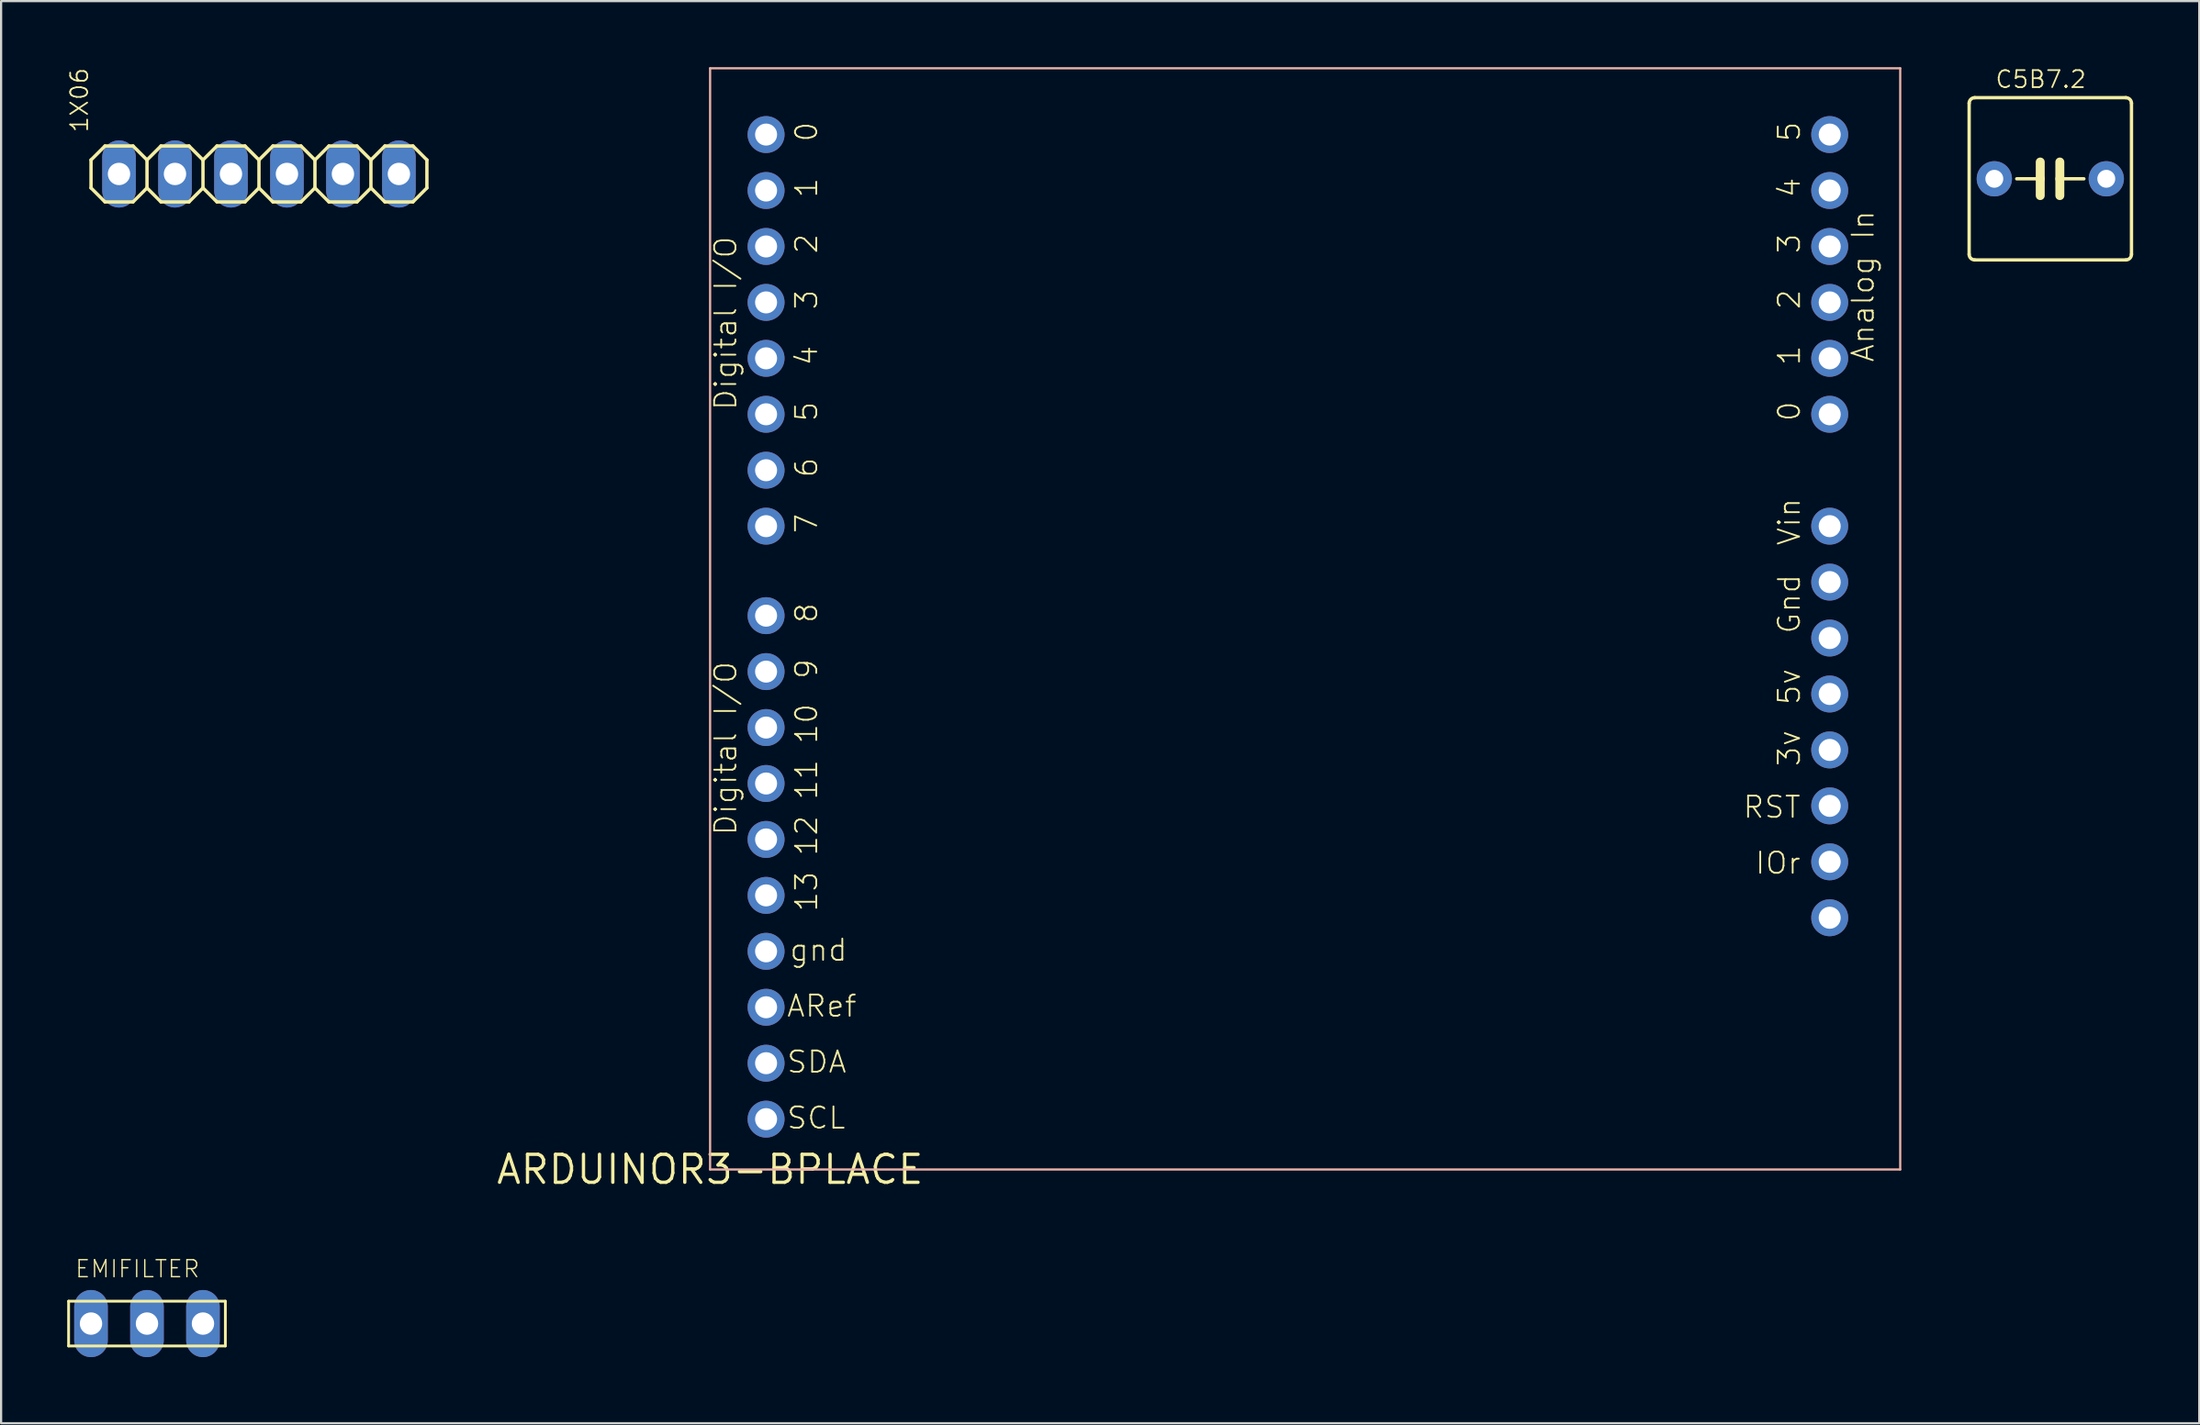
<source format=kicad_pcb>
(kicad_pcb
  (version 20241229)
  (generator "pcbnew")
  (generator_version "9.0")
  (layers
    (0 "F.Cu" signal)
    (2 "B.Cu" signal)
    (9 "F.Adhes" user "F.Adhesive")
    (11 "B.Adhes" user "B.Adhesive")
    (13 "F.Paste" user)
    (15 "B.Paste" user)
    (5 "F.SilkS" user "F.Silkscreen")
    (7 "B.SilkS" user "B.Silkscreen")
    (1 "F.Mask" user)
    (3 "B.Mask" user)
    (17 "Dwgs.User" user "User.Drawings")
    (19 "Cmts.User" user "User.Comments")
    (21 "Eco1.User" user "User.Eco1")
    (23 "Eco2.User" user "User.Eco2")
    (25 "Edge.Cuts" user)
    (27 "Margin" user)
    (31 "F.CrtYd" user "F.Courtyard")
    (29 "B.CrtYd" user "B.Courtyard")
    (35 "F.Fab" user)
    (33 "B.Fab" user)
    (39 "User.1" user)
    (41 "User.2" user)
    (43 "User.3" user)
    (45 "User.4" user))
  (footprint "C5B7.2"
    (layer "F.Cu")
    (at 89.98 5.068)
    (property "Reference" "C5B7.2" (at -2.54 -4.064 0) (layer "F.SilkS") (effects (font (size 0.772 0.772) (thickness 0.077)) (justify left bottom)))
    (attr through_hole)
    (fp_line (start -3.683 -3.429) (end -3.683 3.429) (stroke (width 0.152) (type solid)) (layer "F.SilkS"))
    (fp_line (start -3.429 3.683) (end 3.429 3.683) (stroke (width 0.152) (type solid)) (layer "F.SilkS"))
    (fp_line (start -1.524 0) (end -0.457 0) (stroke (width 0.152) (type solid)) (layer "F.SilkS"))
    (fp_line (start -0.457 0) (end -0.457 -0.762) (stroke (width 0.406) (type solid)) (layer "F.SilkS"))
    (fp_line (start -0.457 0) (end -0.457 0.762) (stroke (width 0.406) (type solid)) (layer "F.SilkS"))
    (fp_line (start 0.432 -0.762) (end 0.432 0) (stroke (width 0.406) (type solid)) (layer "F.SilkS"))
    (fp_line (start 0.432 0) (end 0.432 0.762) (stroke (width 0.406) (type solid)) (layer "F.SilkS"))
    (fp_line (start 0.432 0) (end 1.524 0) (stroke (width 0.152) (type solid)) (layer "F.SilkS"))
    (fp_line (start 3.429 -3.683) (end -3.429 -3.683) (stroke (width 0.152) (type solid)) (layer "F.SilkS"))
    (fp_line (start 3.683 3.429) (end 3.683 -3.429) (stroke (width 0.152) (type solid)) (layer "F.SilkS"))
    (fp_arc (start -3.683 -3.429) (mid -3.608605 -3.608605) (end -3.429 -3.683) (stroke (width 0.1524) (type solid)) (layer "F.SilkS"))
    (fp_arc (start -3.429 3.683) (mid -3.608605 3.608605) (end -3.683 3.429) (stroke (width 0.1524) (type solid)) (layer "F.SilkS"))
    (fp_arc (start 3.429 -3.683) (mid 3.608605 -3.608605) (end 3.683 -3.429) (stroke (width 0.1524) (type solid)) (layer "F.SilkS"))
    (fp_arc (start 3.683 3.429) (mid 3.608605 3.608605) (end 3.429 3.683) (stroke (width 0.1524) (type solid)) (layer "F.SilkS"))
    (pad "1" thru_hole circle (at -2.54 0) (size 1.6 1.6) (drill 0.813) (layers "*.Cu" "*.Mask"))
    (pad "2" thru_hole circle (at 2.54 0) (size 1.6 1.6) (drill 0.813) (layers "*.Cu" "*.Mask")))
  (footprint "EMIFILTER"
    (layer "F.Cu")
    (at 3.619 57.046)
    (property "Reference" "EMIFILTER" (at -3.302 -2.032 0) (layer "F.SilkS") (effects (font (size 0.772 0.772) (thickness 0.062)) (justify left bottom)))
    (attr through_hole)
    (fp_line (start -3.556 -1.016) (end 3.556 -1.016) (stroke (width 0.127) (type solid)) (layer "F.SilkS"))
    (fp_line (start -3.556 1.016) (end -3.556 -1.016) (stroke (width 0.127) (type solid)) (layer "F.SilkS"))
    (fp_line (start 3.556 -1.016) (end 3.556 1.016) (stroke (width 0.127) (type solid)) (layer "F.SilkS"))
    (fp_line (start 3.556 1.016) (end -3.556 1.016) (stroke (width 0.127) (type solid)) (layer "F.SilkS"))
    (pad "1" thru_hole oval (at -2.54 0 90) (size 3.048 1.524) (drill 1.016) (layers "*.Cu" "*.Mask"))
    (pad "2" thru_hole oval (at 0 0 90) (size 3.048 1.524) (drill 1.016) (layers "*.Cu" "*.Mask"))
    (pad "3" thru_hole oval (at 2.54 0 90) (size 3.048 1.524) (drill 1.016) (layers "*.Cu" "*.Mask")))
  (footprint "ARDUINOR3-BPLACE"
    (layer "F.Cu")
    (at 29.17 50.05)
    (property "Reference" "ARDUINOR3-BPLACE" (at 0 0 0) (layer "F.SilkS") (effects (font (size 1.27 1.27) (thickness 0.15))))
    (attr through_hole)
    (fp_line (start 0 -50) (end 0 0) (stroke (width 0.1) (type solid)) (layer "B.SilkS"))
    (fp_line (start 0 0) (end 54 0) (stroke (width 0.1) (type solid)) (layer "B.SilkS"))
    (fp_line (start 54 -50) (end 0 -50) (stroke (width 0.1) (type solid)) (layer "B.SilkS"))
    (fp_line (start 54 0) (end 54 -50) (stroke (width 0.1) (type solid)) (layer "B.SilkS"))
    (fp_text user "SCL" (at 3.429 -1.778 0) (layer "F.SilkS") (effects (font (size 0.965 0.965) (thickness 0.081)) (justify left bottom)))
    (fp_text user "7" (at 3.81 -29.845 90) (layer "F.SilkS") (effects (font (size 0.965 0.965) (thickness 0.081)) (justify right top)))
    (fp_text user "Vin" (at 49.53 -28.275 90) (layer "F.SilkS") (effects (font (size 0.965 0.965) (thickness 0.081)) (justify left bottom)))
    (fp_text user "RST" (at 49.54 -17.018 0) (layer "F.SilkS") (effects (font (size 0.965 0.965) (thickness 0.081)) (justify right top)))
    (fp_text user "0" (at 3.81 -47.625 90) (layer "F.SilkS") (effects (font (size 0.965 0.965) (thickness 0.081)) (justify right top)))
    (fp_text user "1" (at 3.81 -45.085 90) (layer "F.SilkS") (effects (font (size 0.965 0.965) (thickness 0.081)) (justify right top)))
    (fp_text user "8" (at 3.81 -25.781 90) (layer "F.SilkS") (effects (font (size 0.965 0.965) (thickness 0.081)) (justify right top)))
    (fp_text user "4" (at 3.81 -37.465 90) (layer "F.SilkS") (effects (font (size 0.965 0.965) (thickness 0.081)) (justify right top)))
    (fp_text user "3" (at 49.53 -41.529 90) (layer "F.SilkS") (effects (font (size 0.965 0.965) (thickness 0.081)) (justify left bottom)))
    (fp_text user "Digital I/O" (at 1.27 -34.417 90) (layer "F.SilkS") (effects (font (size 0.965 0.965) (thickness 0.081)) (justify left bottom)))
    (fp_text user "13" (at 3.81 -13.589 90) (layer "F.SilkS") (effects (font (size 0.965 0.965) (thickness 0.081)) (justify right top)))
    (fp_text user "12" (at 3.81 -16.129 90) (layer "F.SilkS") (effects (font (size 0.965 0.965) (thickness 0.081)) (justify right top)))
    (fp_text user "SDA" (at 3.429 -4.318 0) (layer "F.SilkS") (effects (font (size 0.965 0.965) (thickness 0.081)) (justify left bottom)))
    (fp_text user "IOr" (at 49.54 -14.478 0) (layer "F.SilkS") (effects (font (size 0.965 0.965) (thickness 0.081)) (justify right top)))
    (fp_text user "Gnd" (at 49.53 -24.267 90) (layer "F.SilkS") (effects (font (size 0.965 0.965) (thickness 0.081)) (justify left bottom)))
    (fp_text user "2" (at 49.53 -38.989 90) (layer "F.SilkS") (effects (font (size 0.965 0.965) (thickness 0.081)) (justify left bottom)))
    (fp_text user "5" (at 3.81 -34.925 90) (layer "F.SilkS") (effects (font (size 0.965 0.965) (thickness 0.081)) (justify right top)))
    (fp_text user "9" (at 3.81 -23.241 90) (layer "F.SilkS") (effects (font (size 0.965 0.965) (thickness 0.081)) (justify right top)))
    (fp_text user "3v" (at 49.53 -18.242 90) (layer "F.SilkS") (effects (font (size 0.965 0.965) (thickness 0.081)) (justify left bottom)))
    (fp_text user "Analog In" (at 52.878 -36.602 90) (layer "F.SilkS") (effects (font (size 0.965 0.965) (thickness 0.081)) (justify left bottom)))
    (fp_text user "2" (at 3.81 -42.545 90) (layer "F.SilkS") (effects (font (size 0.965 0.965) (thickness 0.081)) (justify right top)))
    (fp_text user "10" (at 3.81 -21.209 90) (layer "F.SilkS") (effects (font (size 0.965 0.965) (thickness 0.081)) (justify right top)))
    (fp_text user "3" (at 3.81 -40.005 90) (layer "F.SilkS") (effects (font (size 0.965 0.965) (thickness 0.081)) (justify right top)))
    (fp_text user "5v" (at 49.53 -21.036 90) (layer "F.SilkS") (effects (font (size 0.965 0.965) (thickness 0.081)) (justify left bottom)))
    (fp_text user "ARef" (at 3.429 -6.858 0) (layer "F.SilkS") (effects (font (size 0.965 0.965) (thickness 0.081)) (justify left bottom)))
    (fp_text user "1" (at 49.53 -36.449 90) (layer "F.SilkS") (effects (font (size 0.965 0.965) (thickness 0.081)) (justify left bottom)))
    (fp_text user "4" (at 49.53 -44.069 90) (layer "F.SilkS") (effects (font (size 0.965 0.965) (thickness 0.081)) (justify left bottom)))
    (fp_text user "11" (at 3.81 -18.669 90) (layer "F.SilkS") (effects (font (size 0.965 0.965) (thickness 0.081)) (justify right top)))
    (fp_text user "Digital I/O" (at 1.27 -15.113 90) (layer "F.SilkS") (effects (font (size 0.965 0.965) (thickness 0.081)) (justify left bottom)))
    (fp_text user "gnd" (at 3.556 -9.398 0) (layer "F.SilkS") (effects (font (size 0.965 0.965) (thickness 0.081)) (justify left bottom)))
    (fp_text user "0" (at 49.53 -33.909 90) (layer "F.SilkS") (effects (font (size 0.965 0.965) (thickness 0.081)) (justify left bottom)))
    (fp_text user "5" (at 49.53 -46.609 90) (layer "F.SilkS") (effects (font (size 0.965 0.965) (thickness 0.081)) (justify left bottom)))
    (fp_text user "6" (at 3.81 -32.385 90) (layer "F.SilkS") (effects (font (size 0.965 0.965) (thickness 0.081)) (justify right top)))
    (pad "3V" thru_hole circle (at 50.8 -19.05 90) (size 1.676 1.676) (drill 1) (layers "*.Cu" "*.Mask"))
    (pad "5V" thru_hole circle (at 50.8 -21.59 90) (size 1.676 1.676) (drill 1) (layers "*.Cu" "*.Mask"))
    (pad "A0" thru_hole circle (at 50.8 -34.29 90) (size 1.676 1.676) (drill 1) (layers "*.Cu" "*.Mask"))
    (pad "A1" thru_hole circle (at 50.8 -36.83 90) (size 1.676 1.676) (drill 1) (layers "*.Cu" "*.Mask"))
    (pad "A2" thru_hole circle (at 50.8 -39.37 90) (size 1.676 1.676) (drill 1) (layers "*.Cu" "*.Mask"))
    (pad "A3" thru_hole circle (at 50.8 -41.91 90) (size 1.676 1.676) (drill 1) (layers "*.Cu" "*.Mask"))
    (pad "A4" thru_hole circle (at 50.8 -44.45 90) (size 1.676 1.676) (drill 1) (layers "*.Cu" "*.Mask"))
    (pad "A5" thru_hole circle (at 50.8 -46.99 90) (size 1.676 1.676) (drill 1) (layers "*.Cu" "*.Mask"))
    (pad "AREF" thru_hole circle (at 2.54 -7.366 90) (size 1.676 1.676) (drill 1) (layers "*.Cu" "*.Mask"))
    (pad "D0" thru_hole circle (at 2.54 -46.99 90) (size 1.676 1.676) (drill 1) (layers "*.Cu" "*.Mask"))
    (pad "D1" thru_hole circle (at 2.54 -44.45 90) (size 1.676 1.676) (drill 1) (layers "*.Cu" "*.Mask"))
    (pad "D2" thru_hole circle (at 2.54 -41.91 90) (size 1.676 1.676) (drill 1) (layers "*.Cu" "*.Mask"))
    (pad "D3" thru_hole circle (at 2.54 -39.37 90) (size 1.676 1.676) (drill 1) (layers "*.Cu" "*.Mask"))
    (pad "D4" thru_hole circle (at 2.54 -36.83 90) (size 1.676 1.676) (drill 1) (layers "*.Cu" "*.Mask"))
    (pad "D5" thru_hole circle (at 2.54 -34.29 90) (size 1.676 1.676) (drill 1) (layers "*.Cu" "*.Mask"))
    (pad "D6" thru_hole circle (at 2.54 -31.75 90) (size 1.676 1.676) (drill 1) (layers "*.Cu" "*.Mask"))
    (pad "D7" thru_hole circle (at 2.54 -29.21 90) (size 1.676 1.676) (drill 1) (layers "*.Cu" "*.Mask"))
    (pad "D8" thru_hole circle (at 2.54 -25.146 90) (size 1.676 1.676) (drill 1) (layers "*.Cu" "*.Mask"))
    (pad "D9" thru_hole circle (at 2.54 -22.606 90) (size 1.676 1.676) (drill 1) (layers "*.Cu" "*.Mask"))
    (pad "D10" thru_hole circle (at 2.54 -20.066 90) (size 1.676 1.676) (drill 1) (layers "*.Cu" "*.Mask"))
    (pad "D11" thru_hole circle (at 2.54 -17.526 90) (size 1.676 1.676) (drill 1) (layers "*.Cu" "*.Mask"))
    (pad "D12" thru_hole circle (at 2.54 -14.986 90) (size 1.676 1.676) (drill 1) (layers "*.Cu" "*.Mask"))
    (pad "D13" thru_hole circle (at 2.54 -12.446 90) (size 1.676 1.676) (drill 1) (layers "*.Cu" "*.Mask"))
    (pad "GND" thru_hole circle (at 2.54 -9.906 90) (size 1.676 1.676) (drill 1) (layers "*.Cu" "*.Mask"))
    (pad "GND1" thru_hole circle (at 50.8 -26.67 90) (size 1.676 1.676) (drill 1) (layers "*.Cu" "*.Mask"))
    (pad "GND2" thru_hole circle (at 50.8 -24.13 90) (size 1.676 1.676) (drill 1) (layers "*.Cu" "*.Mask"))
    (pad "IOREF" thru_hole circle (at 50.8 -13.97 90) (size 1.676 1.676) (drill 1) (layers "*.Cu" "*.Mask"))
    (pad "RESERVED" thru_hole circle (at 50.8 -11.43 90) (size 1.676 1.676) (drill 1) (layers "*.Cu" "*.Mask"))
    (pad "RESET" thru_hole circle (at 50.8 -16.51 90) (size 1.676 1.676) (drill 1) (layers "*.Cu" "*.Mask"))
    (pad "SCL" thru_hole circle (at 2.54 -2.286 90) (size 1.676 1.676) (drill 1) (layers "*.Cu" "*.Mask"))
    (pad "SDA" thru_hole circle (at 2.54 -4.826 90) (size 1.676 1.676) (drill 1) (layers "*.Cu" "*.Mask"))
    (pad "VIN" thru_hole circle (at 50.8 -29.21 90) (size 1.676 1.676) (drill 1) (layers "*.Cu" "*.Mask")))
  (footprint "1X06"
    (layer "F.Cu")
    (at 8.7 4.848)
    (property "Reference" "1X06" (at -7.696 -1.829 90) (layer "F.SilkS") (effects (font (size 0.772 0.772) (thickness 0.077)) (justify left bottom)))
    (attr through_hole)
    (fp_line (start -7.62 -0.635) (end -7.62 0.635) (stroke (width 0.152) (type solid)) (layer "F.SilkS"))
    (fp_line (start -7.62 0.635) (end -6.985 1.27) (stroke (width 0.152) (type solid)) (layer "F.SilkS"))
    (fp_line (start -6.985 -1.27) (end -7.62 -0.635) (stroke (width 0.152) (type solid)) (layer "F.SilkS"))
    (fp_line (start -6.985 -1.27) (end -5.715 -1.27) (stroke (width 0.152) (type solid)) (layer "F.SilkS"))
    (fp_line (start -5.715 -1.27) (end -5.08 -0.635) (stroke (width 0.152) (type solid)) (layer "F.SilkS"))
    (fp_line (start -5.715 1.27) (end -6.985 1.27) (stroke (width 0.152) (type solid)) (layer "F.SilkS"))
    (fp_line (start -5.08 -0.635) (end -5.08 0.635) (stroke (width 0.152) (type solid)) (layer "F.SilkS"))
    (fp_line (start -5.08 -0.635) (end -4.445 -1.27) (stroke (width 0.152) (type solid)) (layer "F.SilkS"))
    (fp_line (start -5.08 0.635) (end -5.715 1.27) (stroke (width 0.152) (type solid)) (layer "F.SilkS"))
    (fp_line (start -4.445 -1.27) (end -3.175 -1.27) (stroke (width 0.152) (type solid)) (layer "F.SilkS"))
    (fp_line (start -4.445 1.27) (end -5.08 0.635) (stroke (width 0.152) (type solid)) (layer "F.SilkS"))
    (fp_line (start -3.175 -1.27) (end -2.54 -0.635) (stroke (width 0.152) (type solid)) (layer "F.SilkS"))
    (fp_line (start -3.175 1.27) (end -4.445 1.27) (stroke (width 0.152) (type solid)) (layer "F.SilkS"))
    (fp_line (start -2.54 -0.635) (end -2.54 0.635) (stroke (width 0.152) (type solid)) (layer "F.SilkS"))
    (fp_line (start -2.54 -0.635) (end -1.905 -1.27) (stroke (width 0.152) (type solid)) (layer "F.SilkS"))
    (fp_line (start -2.54 0.635) (end -3.175 1.27) (stroke (width 0.152) (type solid)) (layer "F.SilkS"))
    (fp_line (start -1.905 -1.27) (end -0.635 -1.27) (stroke (width 0.152) (type solid)) (layer "F.SilkS"))
    (fp_line (start -1.905 1.27) (end -2.54 0.635) (stroke (width 0.152) (type solid)) (layer "F.SilkS"))
    (fp_line (start -0.635 -1.27) (end 0 -0.635) (stroke (width 0.152) (type solid)) (layer "F.SilkS"))
    (fp_line (start -0.635 1.27) (end -1.905 1.27) (stroke (width 0.152) (type solid)) (layer "F.SilkS"))
    (fp_line (start 0 -0.635) (end 0 0.635) (stroke (width 0.152) (type solid)) (layer "F.SilkS"))
    (fp_line (start 0 0.635) (end -0.635 1.27) (stroke (width 0.152) (type solid)) (layer "F.SilkS"))
    (fp_line (start 0 0.635) (end 0.635 1.27) (stroke (width 0.152) (type solid)) (layer "F.SilkS"))
    (fp_line (start 0.635 -1.27) (end 0 -0.635) (stroke (width 0.152) (type solid)) (layer "F.SilkS"))
    (fp_line (start 0.635 -1.27) (end 1.905 -1.27) (stroke (width 0.152) (type solid)) (layer "F.SilkS"))
    (fp_line (start 1.905 -1.27) (end 2.54 -0.635) (stroke (width 0.152) (type solid)) (layer "F.SilkS"))
    (fp_line (start 1.905 1.27) (end 0.635 1.27) (stroke (width 0.152) (type solid)) (layer "F.SilkS"))
    (fp_line (start 2.54 -0.635) (end 2.54 0.635) (stroke (width 0.152) (type solid)) (layer "F.SilkS"))
    (fp_line (start 2.54 -0.635) (end 3.175 -1.27) (stroke (width 0.152) (type solid)) (layer "F.SilkS"))
    (fp_line (start 2.54 0.635) (end 1.905 1.27) (stroke (width 0.152) (type solid)) (layer "F.SilkS"))
    (fp_line (start 3.175 -1.27) (end 4.445 -1.27) (stroke (width 0.152) (type solid)) (layer "F.SilkS"))
    (fp_line (start 3.175 1.27) (end 2.54 0.635) (stroke (width 0.152) (type solid)) (layer "F.SilkS"))
    (fp_line (start 4.445 -1.27) (end 5.08 -0.635) (stroke (width 0.152) (type solid)) (layer "F.SilkS"))
    (fp_line (start 4.445 1.27) (end 3.175 1.27) (stroke (width 0.152) (type solid)) (layer "F.SilkS"))
    (fp_line (start 5.08 -0.635) (end 5.08 0.635) (stroke (width 0.152) (type solid)) (layer "F.SilkS"))
    (fp_line (start 5.08 0.635) (end 4.445 1.27) (stroke (width 0.152) (type solid)) (layer "F.SilkS"))
    (fp_line (start 5.08 0.635) (end 5.715 1.27) (stroke (width 0.152) (type solid)) (layer "F.SilkS"))
    (fp_line (start 5.715 -1.27) (end 5.08 -0.635) (stroke (width 0.152) (type solid)) (layer "F.SilkS"))
    (fp_line (start 5.715 -1.27) (end 6.985 -1.27) (stroke (width 0.152) (type solid)) (layer "F.SilkS"))
    (fp_line (start 6.985 -1.27) (end 7.62 -0.635) (stroke (width 0.152) (type solid)) (layer "F.SilkS"))
    (fp_line (start 6.985 1.27) (end 5.715 1.27) (stroke (width 0.152) (type solid)) (layer "F.SilkS"))
    (fp_line (start 7.62 -0.635) (end 7.62 0.635) (stroke (width 0.152) (type solid)) (layer "F.SilkS"))
    (fp_line (start 7.62 0.635) (end 6.985 1.27) (stroke (width 0.152) (type solid)) (layer "F.SilkS"))
    (fp_poly (pts (xy -6.604 0.254) (xy -6.096 0.254) (xy -6.096 -0.254) (xy -6.604 -0.254)) (stroke (width 0.1) (type solid)) (fill no) (layer "F.Fab"))
    (fp_poly (pts (xy -4.064 0.254) (xy -3.556 0.254) (xy -3.556 -0.254) (xy -4.064 -0.254)) (stroke (width 0.1) (type solid)) (fill no) (layer "F.Fab"))
    (fp_poly (pts (xy -1.524 0.254) (xy -1.016 0.254) (xy -1.016 -0.254) (xy -1.524 -0.254)) (stroke (width 0.1) (type solid)) (fill no) (layer "F.Fab"))
    (fp_poly (pts (xy 1.016 0.254) (xy 1.524 0.254) (xy 1.524 -0.254) (xy 1.016 -0.254)) (stroke (width 0.1) (type solid)) (fill no) (layer "F.Fab"))
    (fp_poly (pts (xy 3.556 0.254) (xy 4.064 0.254) (xy 4.064 -0.254) (xy 3.556 -0.254)) (stroke (width 0.1) (type solid)) (fill no) (layer "F.Fab"))
    (fp_poly (pts (xy 6.096 0.254) (xy 6.604 0.254) (xy 6.604 -0.254) (xy 6.096 -0.254)) (stroke (width 0.1) (type solid)) (fill no) (layer "F.Fab"))
    (pad "1" thru_hole oval (at -6.35 0 90) (size 3.048 1.524) (drill 1.016) (layers "*.Cu" "*.Mask"))
    (pad "2" thru_hole oval (at -3.81 0 90) (size 3.048 1.524) (drill 1.016) (layers "*.Cu" "*.Mask"))
    (pad "3" thru_hole oval (at -1.27 0 90) (size 3.048 1.524) (drill 1.016) (layers "*.Cu" "*.Mask"))
    (pad "4" thru_hole oval (at 1.27 0 90) (size 3.048 1.524) (drill 1.016) (layers "*.Cu" "*.Mask"))
    (pad "5" thru_hole oval (at 3.81 0 90) (size 3.048 1.524) (drill 1.016) (layers "*.Cu" "*.Mask"))
    (pad "6" thru_hole oval (at 6.35 0 90) (size 3.048 1.524) (drill 1.016) (layers "*.Cu" "*.Mask")))
  (gr_rect
    (start -3 -3)
    (end 96.739 61.57)
    (stroke (width 0.1) (type default))
    (fill no)
    (layer "Edge.Cuts")))
</source>
